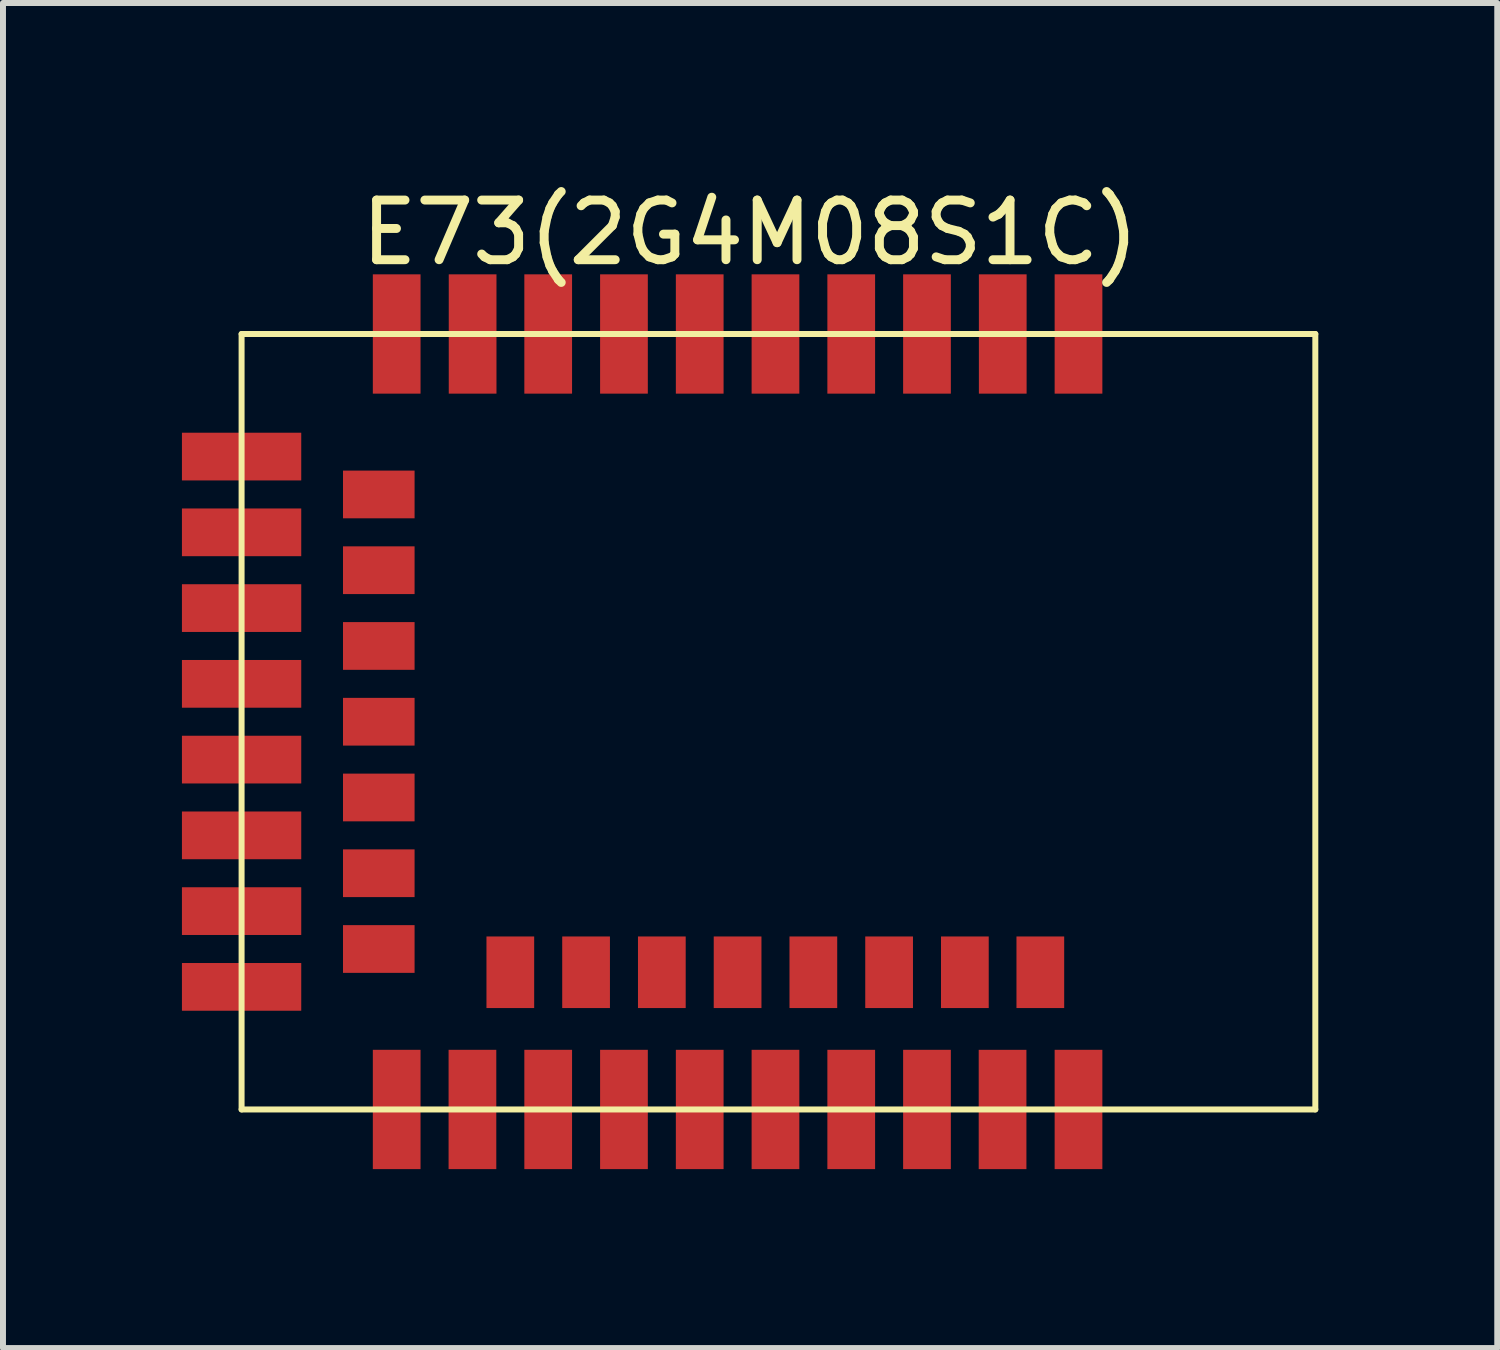
<source format=kicad_pcb>
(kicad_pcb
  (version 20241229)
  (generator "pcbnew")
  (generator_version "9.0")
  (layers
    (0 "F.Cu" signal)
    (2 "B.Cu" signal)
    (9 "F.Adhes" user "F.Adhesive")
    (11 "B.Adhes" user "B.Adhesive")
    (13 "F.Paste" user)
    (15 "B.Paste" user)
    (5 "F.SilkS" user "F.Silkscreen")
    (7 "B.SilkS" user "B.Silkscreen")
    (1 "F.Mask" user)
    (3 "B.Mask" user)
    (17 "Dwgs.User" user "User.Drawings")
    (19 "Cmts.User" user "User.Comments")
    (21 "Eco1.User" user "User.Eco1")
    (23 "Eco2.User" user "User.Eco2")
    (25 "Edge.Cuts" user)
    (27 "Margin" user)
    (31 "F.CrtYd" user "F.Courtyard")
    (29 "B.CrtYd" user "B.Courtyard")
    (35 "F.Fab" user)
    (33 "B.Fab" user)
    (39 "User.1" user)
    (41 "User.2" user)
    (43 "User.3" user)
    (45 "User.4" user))
  (footprint "E73(2G4M08S1C)"
    (layer "F.Cu")
    (at 1 15.549)
    (property "Reference" "E73(2G4M08S1C)" (at 8.525 -14.7 0) (unlocked yes) (layer "F.SilkS") (effects (font (size 1 1) (thickness 0.15))))
    (fp_line (start 0 -13) (end 18 -13) (stroke (width 0.1) (type solid)) (layer "F.SilkS"))
    (fp_line (start 0 0) (end 0 -13) (stroke (width 0.1) (type solid)) (layer "F.SilkS"))
    (fp_line (start 0 0) (end 18 0) (stroke (width 0.1) (type solid)) (layer "F.SilkS"))
    (fp_line (start 18 0) (end 18 -13) (stroke (width 0.1) (type solid)) (layer "F.SilkS"))
    (pad "1" smd rect (at 14.03 -13 270) (size 2 0.8) (layers "F.Cu" "F.Mask" "F.Paste"))
    (pad "2" smd rect (at 12.76 -13 270) (size 2 0.8) (layers "F.Cu" "F.Mask" "F.Paste"))
    (pad "3" smd rect (at 11.49 -13 270) (size 2 0.8) (layers "F.Cu" "F.Mask" "F.Paste"))
    (pad "4" smd rect (at 10.22 -13 270) (size 2 0.8) (layers "F.Cu" "F.Mask" "F.Paste"))
    (pad "5" smd rect (at 8.95 -13 270) (size 2 0.8) (layers "F.Cu" "F.Mask" "F.Paste"))
    (pad "6" smd rect (at 7.68 -13 270) (size 2 0.8) (layers "F.Cu" "F.Mask" "F.Paste"))
    (pad "7" smd rect (at 6.41 -13 270) (size 2 0.8) (layers "F.Cu" "F.Mask" "F.Paste"))
    (pad "8" smd rect (at 5.14 -13 270) (size 2 0.8) (layers "F.Cu" "F.Mask" "F.Paste"))
    (pad "9" smd rect (at 3.873 -13 270) (size 2 0.8) (layers "F.Cu" "F.Mask" "F.Paste"))
    (pad "10" smd rect (at 2.6 -13 270) (size 2 0.8) (layers "F.Cu" "F.Mask" "F.Paste"))
    (pad "11" smd rect (at 0 -10.945) (size 2 0.8) (layers "F.Cu" "F.Mask" "F.Paste"))
    (pad "12" smd rect (at 2.3 -10.31) (size 1.2 0.8) (layers "F.Cu" "F.Mask" "F.Paste"))
    (pad "13" smd rect (at 0 -9.675) (size 2 0.8) (layers "F.Cu" "F.Mask" "F.Paste"))
    (pad "14" smd rect (at 2.3 -9.04) (size 1.2 0.8) (layers "F.Cu" "F.Mask" "F.Paste"))
    (pad "15" smd rect (at 0 -8.405) (size 2 0.8) (layers "F.Cu" "F.Mask" "F.Paste"))
    (pad "16" smd rect (at 2.3 -7.77) (size 1.2 0.8) (layers "F.Cu" "F.Mask" "F.Paste"))
    (pad "17" smd rect (at 0 -7.135) (size 2 0.8) (layers "F.Cu" "F.Mask" "F.Paste"))
    (pad "18" smd rect (at 2.3 -6.5) (size 1.2 0.8) (layers "F.Cu" "F.Mask" "F.Paste"))
    (pad "19" smd rect (at 0 -5.865) (size 2 0.8) (layers "F.Cu" "F.Mask" "F.Paste"))
    (pad "20" smd rect (at 2.3 -5.23) (size 1.2 0.8) (layers "F.Cu" "F.Mask" "F.Paste"))
    (pad "21" smd rect (at 0 -4.595) (size 2 0.8) (layers "F.Cu" "F.Mask" "F.Paste"))
    (pad "22" smd rect (at 2.3 -3.96) (size 1.2 0.8) (layers "F.Cu" "F.Mask" "F.Paste"))
    (pad "23" smd rect (at 0 -3.325) (size 2 0.8) (layers "F.Cu" "F.Mask" "F.Paste"))
    (pad "24" smd rect (at 2.3 -2.69) (size 1.2 0.8) (layers "F.Cu" "F.Mask" "F.Paste"))
    (pad "25" smd rect (at 0 -2.055) (size 2 0.8) (layers "F.Cu" "F.Mask" "F.Paste"))
    (pad "26" smd rect (at 2.6 0 90) (size 2 0.8) (layers "F.Cu" "F.Mask" "F.Paste"))
    (pad "27" smd rect (at 3.87 0 90) (size 2 0.8) (layers "F.Cu" "F.Mask" "F.Paste"))
    (pad "28" smd rect (at 4.505 -2.3 270) (size 1.2 0.8) (layers "F.Cu" "F.Mask" "F.Paste"))
    (pad "29" smd rect (at 5.14 0 90) (size 2 0.8) (layers "F.Cu" "F.Mask" "F.Paste"))
    (pad "30" smd rect (at 5.775 -2.3 270) (size 1.2 0.8) (layers "F.Cu" "F.Mask" "F.Paste"))
    (pad "31" smd rect (at 6.41 0 90) (size 2 0.8) (layers "F.Cu" "F.Mask" "F.Paste"))
    (pad "32" smd rect (at 7.045 -2.3 270) (size 1.2 0.8) (layers "F.Cu" "F.Mask" "F.Paste"))
    (pad "33" smd rect (at 7.68 0 90) (size 2 0.8) (layers "F.Cu" "F.Mask" "F.Paste"))
    (pad "34" smd rect (at 8.315 -2.3 270) (size 1.2 0.8) (layers "F.Cu" "F.Mask" "F.Paste"))
    (pad "35" smd rect (at 8.95 0 90) (size 2 0.8) (layers "F.Cu" "F.Mask" "F.Paste"))
    (pad "36" smd rect (at 9.585 -2.3 270) (size 1.2 0.8) (layers "F.Cu" "F.Mask" "F.Paste"))
    (pad "37" smd rect (at 10.22 0 90) (size 2 0.8) (layers "F.Cu" "F.Mask" "F.Paste"))
    (pad "38" smd rect (at 10.855 -2.3 270) (size 1.2 0.8) (layers "F.Cu" "F.Mask" "F.Paste"))
    (pad "39" smd rect (at 11.49 0 90) (size 2 0.8) (layers "F.Cu" "F.Mask" "F.Paste"))
    (pad "40" smd rect (at 12.125 -2.3 270) (size 1.2 0.8) (layers "F.Cu" "F.Mask" "F.Paste"))
    (pad "41" smd rect (at 12.757 0.0003 90) (size 2 0.8) (layers "F.Cu" "F.Mask" "F.Paste"))
    (pad "42" smd rect (at 13.39 -2.3 270) (size 1.2 0.8) (layers "F.Cu" "F.Mask" "F.Paste"))
    (pad "43" smd rect (at 14.03 0 90) (size 2 0.8) (layers "F.Cu" "F.Mask" "F.Paste")))
  (gr_rect
    (start -3 -3)
    (end 22.05 19.549)
    (stroke (width 0.1) (type default))
    (fill no)
    (layer "Edge.Cuts")))
</source>
